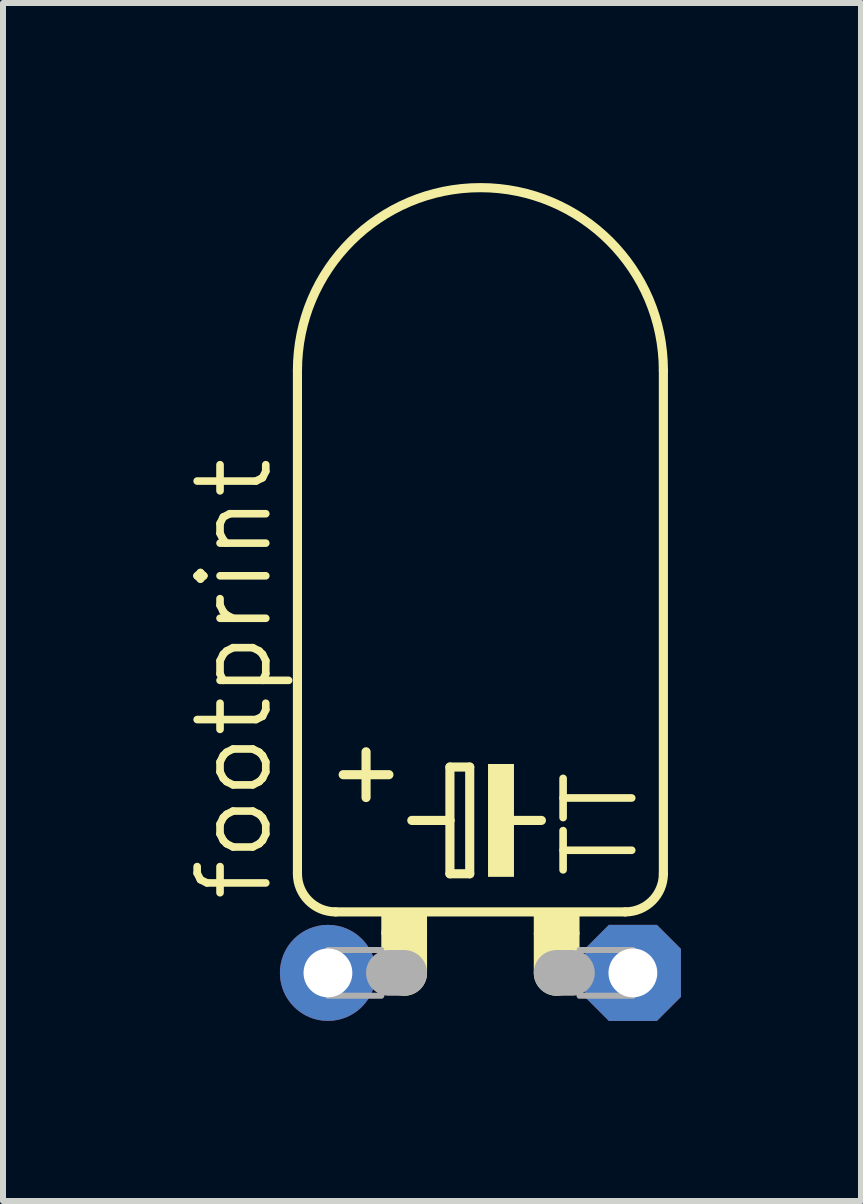
<source format=kicad_pcb>
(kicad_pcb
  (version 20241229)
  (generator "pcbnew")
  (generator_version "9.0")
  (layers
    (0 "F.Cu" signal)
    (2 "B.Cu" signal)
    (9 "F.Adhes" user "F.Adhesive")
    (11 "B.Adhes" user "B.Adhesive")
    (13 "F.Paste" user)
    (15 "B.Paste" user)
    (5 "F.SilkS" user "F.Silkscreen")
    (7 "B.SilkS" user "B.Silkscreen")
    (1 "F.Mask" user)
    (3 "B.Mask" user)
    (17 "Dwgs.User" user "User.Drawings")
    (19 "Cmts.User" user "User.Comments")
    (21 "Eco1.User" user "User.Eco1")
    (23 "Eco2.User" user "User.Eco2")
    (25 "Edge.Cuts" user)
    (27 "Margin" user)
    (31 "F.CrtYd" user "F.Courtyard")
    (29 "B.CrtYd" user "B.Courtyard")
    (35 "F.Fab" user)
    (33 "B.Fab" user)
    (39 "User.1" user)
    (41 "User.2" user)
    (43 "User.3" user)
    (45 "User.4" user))
  (footprint "footprint"
    (layer "F.Cu")
    (at 4.953 13.157)
    (property "Reference" "footprint" (at -3.429 -1.143 90) (layer "F.SilkS") (effects (font (size 1.143 1.143) (thickness 0.127)) (justify left bottom)))
    (fp_line (start -3.048 -10.033) (end -3.048 -1.651) (stroke (width 0.152) (type solid)) (layer "F.SilkS"))
    (fp_line (start -2.413 -1.016) (end 2.413 -1.016) (stroke (width 0.152) (type solid)) (layer "F.SilkS"))
    (fp_line (start -2.286 -3.302) (end -1.524 -3.302) (stroke (width 0.152) (type solid)) (layer "F.SilkS"))
    (fp_line (start -1.905 -2.921) (end -1.905 -3.683) (stroke (width 0.152) (type solid)) (layer "F.SilkS"))
    (fp_line (start -1.27 -0.635) (end -1.27 0) (stroke (width 0.762) (type solid)) (layer "F.SilkS"))
    (fp_line (start -1.143 -2.54) (end -0.508 -2.54) (stroke (width 0.152) (type solid)) (layer "F.SilkS"))
    (fp_line (start -0.508 -3.429) (end -0.508 -2.54) (stroke (width 0.152) (type solid)) (layer "F.SilkS"))
    (fp_line (start -0.508 -2.54) (end -0.508 -1.651) (stroke (width 0.152) (type solid)) (layer "F.SilkS"))
    (fp_line (start -0.508 -1.651) (end -0.178 -1.651) (stroke (width 0.152) (type solid)) (layer "F.SilkS"))
    (fp_line (start -0.178 -3.429) (end -0.508 -3.429) (stroke (width 0.152) (type solid)) (layer "F.SilkS"))
    (fp_line (start -0.178 -1.651) (end -0.178 -3.429) (stroke (width 0.152) (type solid)) (layer "F.SilkS"))
    (fp_line (start 0.508 -2.54) (end 1.016 -2.54) (stroke (width 0.152) (type solid)) (layer "F.SilkS"))
    (fp_line (start 1.27 -0.635) (end 1.27 0) (stroke (width 0.762) (type solid)) (layer "F.SilkS"))
    (fp_line (start 3.048 -10.033) (end 3.048 -1.651) (stroke (width 0.152) (type solid)) (layer "F.SilkS"))
    (fp_arc (start -3.048 -10.033) (mid 0 -13.081) (end 3.048 -10.033) (stroke (width 0.1524) (type solid)) (layer "F.SilkS"))
    (fp_arc (start -2.413 -1.016) (mid -2.862013 -1.201987) (end -3.048 -1.651) (stroke (width 0.1524) (type solid)) (layer "F.SilkS"))
    (fp_arc (start 3.048 -1.651) (mid 2.862013 -1.201987) (end 2.413 -1.016) (stroke (width 0.1524) (type solid)) (layer "F.SilkS"))
    (fp_poly (pts (xy -1.651 -0.635) (xy -0.889 -0.635) (xy -0.889 -1.016) (xy -1.651 -1.016)) (stroke (width 0) (type solid)) (fill yes) (layer "F.SilkS"))
    (fp_poly (pts (xy 0.127 -1.6) (xy 0.559 -1.6) (xy 0.559 -3.48) (xy 0.127 -3.48)) (stroke (width 0) (type solid)) (fill yes) (layer "F.SilkS"))
    (fp_poly (pts (xy 0.889 -0.635) (xy 1.651 -0.635) (xy 1.651 -1.016) (xy 0.889 -1.016)) (stroke (width 0) (type solid)) (fill yes) (layer "F.SilkS"))
    (fp_line (start -1.524 0) (end -1.27 0) (stroke (width 0.762) (type solid)) (layer "F.Fab"))
    (fp_line (start 1.524 0) (end 1.27 0) (stroke (width 0.762) (type solid)) (layer "F.Fab"))
    (fp_poly (pts (xy -2.54 0.381) (xy -1.651 0.381) (xy -1.651 -0.381) (xy -2.54 -0.381)) (stroke (width 0.1) (type solid)) (fill no) (layer "F.Fab"))
    (fp_poly (pts (xy 1.651 0.381) (xy 2.54 0.381) (xy 2.54 -0.381) (xy 1.651 -0.381)) (stroke (width 0.1) (type solid)) (fill no) (layer "F.Fab"))
    (fp_text user "TT" (at 2.667 -1.524 90) (layer "F.SilkS") (effects (font (size 1.143 1.143) (thickness 0.127)) (justify left bottom)))
    (pad "+" thru_hole circle (at -2.54 0) (size 1.6 1.6) (drill 0.813) (layers "*.Cu" "*.Mask"))
    (pad "-" thru_hole roundrect (at 2.54 0) (size 1.6 1.6) (drill 0.813) (layers "*.Cu" "*.Mask") (roundrect_rratio 0.25) (chamfer_ratio 0.25) (chamfer top_left top_right bottom_left bottom_right)))
  (gr_rect
    (start -3 -3)
    (end 11.293 16.957)
    (stroke (width 0.1) (type default))
    (fill no)
    (layer "Edge.Cuts")))
</source>
